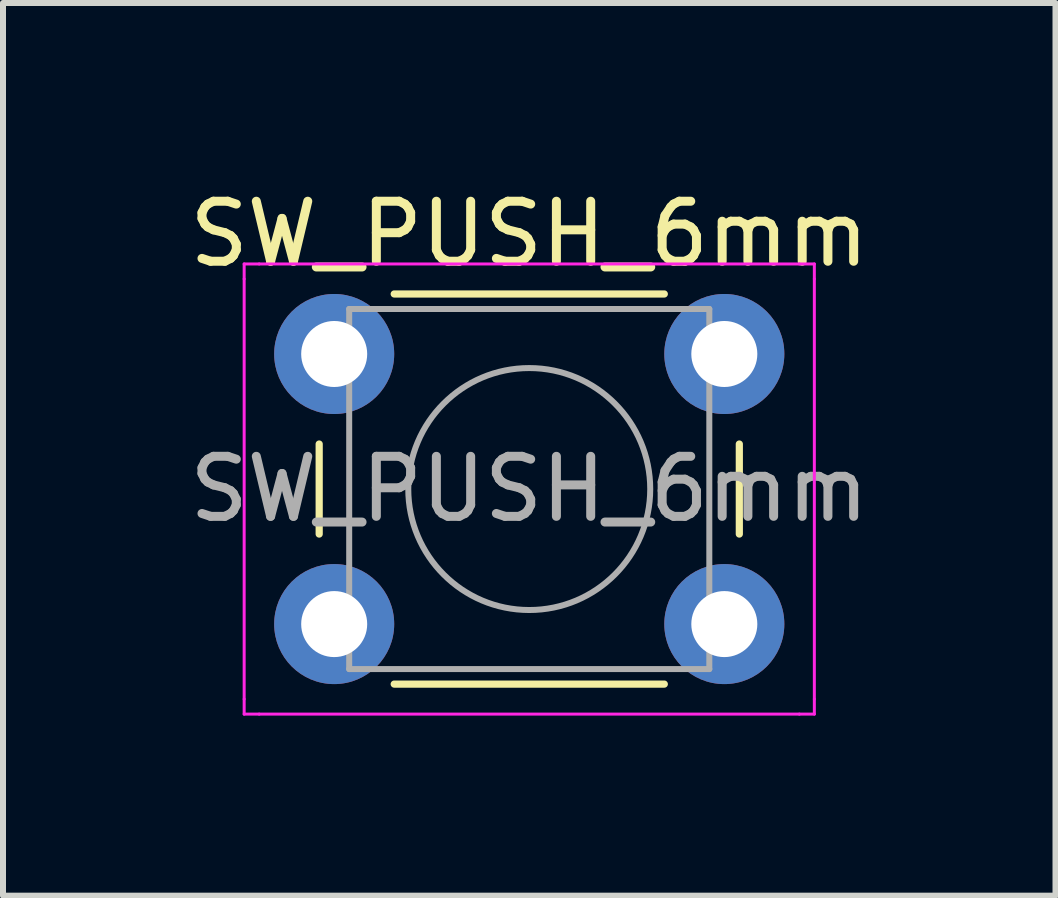
<source format=kicad_pcb>
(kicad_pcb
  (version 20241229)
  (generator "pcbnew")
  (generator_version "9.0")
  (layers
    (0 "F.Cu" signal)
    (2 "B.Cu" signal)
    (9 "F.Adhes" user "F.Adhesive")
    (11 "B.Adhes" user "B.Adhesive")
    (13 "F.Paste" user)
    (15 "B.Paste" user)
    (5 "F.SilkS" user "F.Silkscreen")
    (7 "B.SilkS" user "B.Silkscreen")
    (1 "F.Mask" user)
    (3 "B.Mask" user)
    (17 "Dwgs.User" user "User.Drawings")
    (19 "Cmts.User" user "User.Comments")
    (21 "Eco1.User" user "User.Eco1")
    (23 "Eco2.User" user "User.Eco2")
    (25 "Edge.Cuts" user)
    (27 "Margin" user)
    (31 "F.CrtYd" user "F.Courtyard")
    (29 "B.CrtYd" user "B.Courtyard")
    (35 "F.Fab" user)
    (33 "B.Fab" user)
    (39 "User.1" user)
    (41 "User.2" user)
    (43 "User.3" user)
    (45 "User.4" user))
  (footprint "SW_PUSH_6mm"
    (layer "F.Cu")
    (at 2.518 2.848)
    (property "Reference" "SW_PUSH_6mm" (at 3.25 -2 0) (layer "F.SilkS") (effects (font (size 1 1) (thickness 0.15))))
    (attr through_hole)
    (fp_line (start -0.25 1.5) (end -0.25 3) (stroke (width 0.12) (type solid)) (layer "F.SilkS"))
    (fp_line (start 1 5.5) (end 5.5 5.5) (stroke (width 0.12) (type solid)) (layer "F.SilkS"))
    (fp_line (start 5.5 -1) (end 1 -1) (stroke (width 0.12) (type solid)) (layer "F.SilkS"))
    (fp_line (start 6.75 3) (end 6.75 1.5) (stroke (width 0.12) (type solid)) (layer "F.SilkS"))
    (fp_line (start -1.5 -1.5) (end -1.25 -1.5) (stroke (width 0.05) (type solid)) (layer "F.CrtYd"))
    (fp_line (start -1.5 -1.25) (end -1.5 -1.5) (stroke (width 0.05) (type solid)) (layer "F.CrtYd"))
    (fp_line (start -1.5 5.75) (end -1.5 -1.25) (stroke (width 0.05) (type solid)) (layer "F.CrtYd"))
    (fp_line (start -1.5 5.75) (end -1.5 6) (stroke (width 0.05) (type solid)) (layer "F.CrtYd"))
    (fp_line (start -1.5 6) (end -1.25 6) (stroke (width 0.05) (type solid)) (layer "F.CrtYd"))
    (fp_line (start -1.25 -1.5) (end 7.75 -1.5) (stroke (width 0.05) (type solid)) (layer "F.CrtYd"))
    (fp_line (start 7.75 -1.5) (end 8 -1.5) (stroke (width 0.05) (type solid)) (layer "F.CrtYd"))
    (fp_line (start 7.75 6) (end -1.25 6) (stroke (width 0.05) (type solid)) (layer "F.CrtYd"))
    (fp_line (start 7.75 6) (end 8 6) (stroke (width 0.05) (type solid)) (layer "F.CrtYd"))
    (fp_line (start 8 -1.5) (end 8 -1.25) (stroke (width 0.05) (type solid)) (layer "F.CrtYd"))
    (fp_line (start 8 -1.25) (end 8 5.75) (stroke (width 0.05) (type solid)) (layer "F.CrtYd"))
    (fp_line (start 8 6) (end 8 5.75) (stroke (width 0.05) (type solid)) (layer "F.CrtYd"))
    (fp_line (start 0.25 -0.75) (end 3.25 -0.75) (stroke (width 0.1) (type solid)) (layer "F.Fab"))
    (fp_line (start 0.25 5.25) (end 0.25 -0.75) (stroke (width 0.1) (type solid)) (layer "F.Fab"))
    (fp_line (start 3.25 -0.75) (end 6.25 -0.75) (stroke (width 0.1) (type solid)) (layer "F.Fab"))
    (fp_line (start 6.25 -0.75) (end 6.25 5.25) (stroke (width 0.1) (type solid)) (layer "F.Fab"))
    (fp_line (start 6.25 5.25) (end 0.25 5.25) (stroke (width 0.1) (type solid)) (layer "F.Fab"))
    (fp_circle (center 3.25 2.25) (end 1.25 2.5) (stroke (width 0.1) (type solid)) (fill no) (layer "F.Fab"))
    (fp_text user "${REFERENCE}" (at 3.25 2.25 0) (layer "F.Fab") (effects (font (size 1 1) (thickness 0.15))))
    (pad "1" thru_hole circle (at 0 0 90) (size 2 2) (drill 1.1) (layers "*.Cu" "*.Mask"))
    (pad "1" thru_hole circle (at 6.5 0 90) (size 2 2) (drill 1.1) (layers "*.Cu" "*.Mask"))
    (pad "2" thru_hole circle (at 0 4.5 90) (size 2 2) (drill 1.1) (layers "*.Cu" "*.Mask"))
    (pad "2" thru_hole circle (at 6.5 4.5 90) (size 2 2) (drill 1.1) (layers "*.Cu" "*.Mask")))
  (gr_rect
    (start -3 -3)
    (end 14.536 11.873)
    (stroke (width 0.1) (type default))
    (fill no)
    (layer "Edge.Cuts")))
</source>
